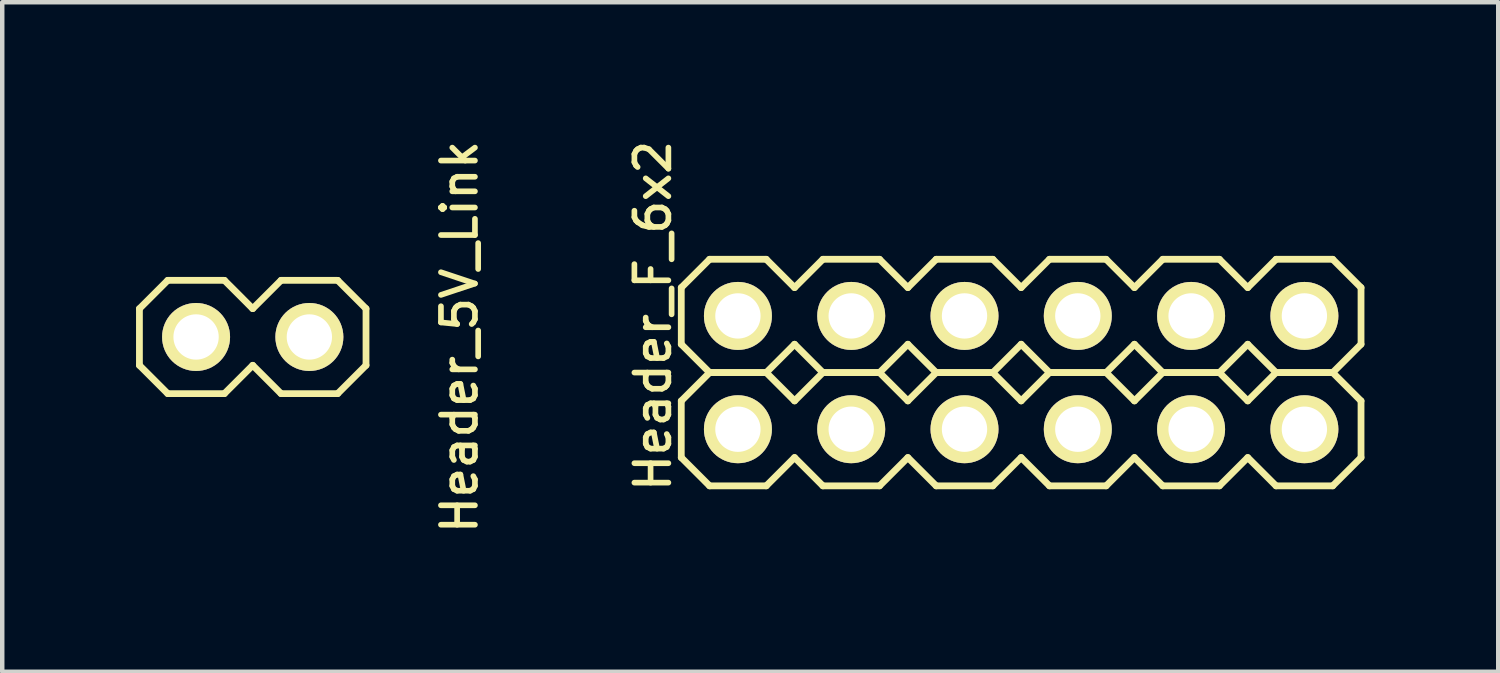
<source format=kicad_pcb>
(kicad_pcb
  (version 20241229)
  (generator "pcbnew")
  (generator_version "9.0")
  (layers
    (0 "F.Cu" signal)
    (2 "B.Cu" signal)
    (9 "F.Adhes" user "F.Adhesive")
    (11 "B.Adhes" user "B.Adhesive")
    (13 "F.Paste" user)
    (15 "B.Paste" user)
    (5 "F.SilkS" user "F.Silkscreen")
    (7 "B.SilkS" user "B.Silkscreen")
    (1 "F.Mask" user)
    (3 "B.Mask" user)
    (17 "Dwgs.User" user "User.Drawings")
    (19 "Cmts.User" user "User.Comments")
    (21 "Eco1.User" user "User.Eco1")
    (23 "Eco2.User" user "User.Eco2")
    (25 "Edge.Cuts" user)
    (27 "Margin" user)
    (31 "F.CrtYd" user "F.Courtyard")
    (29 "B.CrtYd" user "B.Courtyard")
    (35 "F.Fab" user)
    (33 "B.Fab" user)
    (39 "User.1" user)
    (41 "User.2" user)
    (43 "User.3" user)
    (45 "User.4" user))
  (footprint "Header_5V_Link"
    (layer "F.Cu")
    (at 2.616 4.505)
    (property "Reference" "Header_5V_Link" (at 4.636 0 90) (layer "F.SilkS") (effects (font (size 0.762 0.762) (thickness 0.127))))
    (attr smd)
    (fp_line (start -2.54 -0.635) (end -2.54 0.635) (stroke (width 0.152) (type solid)) (layer "F.SilkS"))
    (fp_line (start -2.54 -0.635) (end -1.905 -1.27) (stroke (width 0.152) (type solid)) (layer "F.SilkS"))
    (fp_line (start -1.905 -1.27) (end -0.635 -1.27) (stroke (width 0.152) (type solid)) (layer "F.SilkS"))
    (fp_line (start -1.905 1.27) (end -2.54 0.635) (stroke (width 0.152) (type solid)) (layer "F.SilkS"))
    (fp_line (start -0.635 -1.27) (end 0 -0.635) (stroke (width 0.152) (type solid)) (layer "F.SilkS"))
    (fp_line (start -0.635 1.27) (end -1.905 1.27) (stroke (width 0.152) (type solid)) (layer "F.SilkS"))
    (fp_line (start 0 -0.635) (end 0.635 -1.27) (stroke (width 0.152) (type solid)) (layer "F.SilkS"))
    (fp_line (start 0 0.635) (end -0.635 1.27) (stroke (width 0.152) (type solid)) (layer "F.SilkS"))
    (fp_line (start 0.635 -1.27) (end 1.905 -1.27) (stroke (width 0.152) (type solid)) (layer "F.SilkS"))
    (fp_line (start 0.635 1.27) (end 0 0.635) (stroke (width 0.152) (type solid)) (layer "F.SilkS"))
    (fp_line (start 1.905 -1.27) (end 2.54 -0.635) (stroke (width 0.152) (type solid)) (layer "F.SilkS"))
    (fp_line (start 1.905 1.27) (end 0.635 1.27) (stroke (width 0.152) (type solid)) (layer "F.SilkS"))
    (fp_line (start 2.54 -0.635) (end 2.54 0.635) (stroke (width 0.152) (type solid)) (layer "F.SilkS"))
    (fp_line (start 2.54 0.635) (end 1.905 1.27) (stroke (width 0.152) (type solid)) (layer "F.SilkS"))
    (pad "1" thru_hole circle (at -1.27 0) (size 1.524 1.524) (drill 1.016) (layers "*.Cu" "*.Mask" "F.SilkS"))
    (pad "2" thru_hole circle (at 1.27 0) (size 1.524 1.524) (drill 1.016) (layers "*.Cu" "*.Mask" "F.SilkS")))
  (footprint "Header_F_6x2"
    (layer "F.Cu")
    (at 19.844 4.033)
    (property "Reference" "Header_F_6x2" (at -8.255 0 90) (layer "F.SilkS") (effects (font (size 0.762 0.762) (thickness 0.127))))
    (attr smd)
    (fp_line (start -7.62 -0.635) (end -7.62 0.635) (stroke (width 0.152) (type solid)) (layer "F.SilkS"))
    (fp_line (start -7.62 0.635) (end -6.985 1.27) (stroke (width 0.152) (type solid)) (layer "F.SilkS"))
    (fp_line (start -7.62 1.905) (end -7.62 3.175) (stroke (width 0.152) (type solid)) (layer "F.SilkS"))
    (fp_line (start -7.62 3.175) (end -6.985 3.81) (stroke (width 0.152) (type solid)) (layer "F.SilkS"))
    (fp_line (start -6.985 -1.27) (end -7.62 -0.635) (stroke (width 0.152) (type solid)) (layer "F.SilkS"))
    (fp_line (start -6.985 1.27) (end -7.62 1.905) (stroke (width 0.152) (type solid)) (layer "F.SilkS"))
    (fp_line (start -6.985 1.27) (end -5.715 1.27) (stroke (width 0.152) (type solid)) (layer "F.SilkS"))
    (fp_line (start -6.985 3.81) (end -5.715 3.81) (stroke (width 0.152) (type solid)) (layer "F.SilkS"))
    (fp_line (start -5.715 -1.27) (end -6.985 -1.27) (stroke (width 0.152) (type solid)) (layer "F.SilkS"))
    (fp_line (start -5.715 1.27) (end -6.985 1.27) (stroke (width 0.152) (type solid)) (layer "F.SilkS"))
    (fp_line (start -5.715 1.27) (end -5.08 0.635) (stroke (width 0.152) (type solid)) (layer "F.SilkS"))
    (fp_line (start -5.715 3.81) (end -5.08 3.175) (stroke (width 0.152) (type solid)) (layer "F.SilkS"))
    (fp_line (start -5.08 -0.635) (end -5.715 -1.27) (stroke (width 0.152) (type solid)) (layer "F.SilkS"))
    (fp_line (start -5.08 0.635) (end -4.445 1.27) (stroke (width 0.152) (type solid)) (layer "F.SilkS"))
    (fp_line (start -5.08 1.905) (end -5.715 1.27) (stroke (width 0.152) (type solid)) (layer "F.SilkS"))
    (fp_line (start -5.08 3.175) (end -4.445 3.81) (stroke (width 0.152) (type solid)) (layer "F.SilkS"))
    (fp_line (start -4.445 -1.27) (end -5.08 -0.635) (stroke (width 0.152) (type solid)) (layer "F.SilkS"))
    (fp_line (start -4.445 1.27) (end -5.08 1.905) (stroke (width 0.152) (type solid)) (layer "F.SilkS"))
    (fp_line (start -4.445 1.27) (end -3.175 1.27) (stroke (width 0.152) (type solid)) (layer "F.SilkS"))
    (fp_line (start -4.445 3.81) (end -3.175 3.81) (stroke (width 0.152) (type solid)) (layer "F.SilkS"))
    (fp_line (start -3.175 -1.27) (end -4.445 -1.27) (stroke (width 0.152) (type solid)) (layer "F.SilkS"))
    (fp_line (start -3.175 1.27) (end -4.445 1.27) (stroke (width 0.152) (type solid)) (layer "F.SilkS"))
    (fp_line (start -3.175 1.27) (end -2.54 0.635) (stroke (width 0.152) (type solid)) (layer "F.SilkS"))
    (fp_line (start -3.175 3.81) (end -2.54 3.175) (stroke (width 0.152) (type solid)) (layer "F.SilkS"))
    (fp_line (start -2.54 -0.635) (end -3.175 -1.27) (stroke (width 0.152) (type solid)) (layer "F.SilkS"))
    (fp_line (start -2.54 0.635) (end -1.905 1.27) (stroke (width 0.152) (type solid)) (layer "F.SilkS"))
    (fp_line (start -2.54 1.905) (end -3.175 1.27) (stroke (width 0.152) (type solid)) (layer "F.SilkS"))
    (fp_line (start -2.54 3.175) (end -1.905 3.81) (stroke (width 0.152) (type solid)) (layer "F.SilkS"))
    (fp_line (start -1.905 -1.27) (end -2.54 -0.635) (stroke (width 0.152) (type solid)) (layer "F.SilkS"))
    (fp_line (start -1.905 1.27) (end -2.54 1.905) (stroke (width 0.152) (type solid)) (layer "F.SilkS"))
    (fp_line (start -1.905 1.27) (end -0.635 1.27) (stroke (width 0.152) (type solid)) (layer "F.SilkS"))
    (fp_line (start -1.905 3.81) (end -0.635 3.81) (stroke (width 0.152) (type solid)) (layer "F.SilkS"))
    (fp_line (start -0.635 -1.27) (end -1.905 -1.27) (stroke (width 0.152) (type solid)) (layer "F.SilkS"))
    (fp_line (start -0.635 1.27) (end -1.905 1.27) (stroke (width 0.152) (type solid)) (layer "F.SilkS"))
    (fp_line (start -0.635 1.27) (end 0 0.635) (stroke (width 0.152) (type solid)) (layer "F.SilkS"))
    (fp_line (start -0.635 3.81) (end 0 3.175) (stroke (width 0.152) (type solid)) (layer "F.SilkS"))
    (fp_line (start 0 -0.635) (end -0.635 -1.27) (stroke (width 0.152) (type solid)) (layer "F.SilkS"))
    (fp_line (start 0 0.635) (end 0.635 1.27) (stroke (width 0.152) (type solid)) (layer "F.SilkS"))
    (fp_line (start 0 1.905) (end -0.635 1.27) (stroke (width 0.152) (type solid)) (layer "F.SilkS"))
    (fp_line (start 0 3.175) (end 0.635 3.81) (stroke (width 0.152) (type solid)) (layer "F.SilkS"))
    (fp_line (start 0.635 -1.27) (end 0 -0.635) (stroke (width 0.152) (type solid)) (layer "F.SilkS"))
    (fp_line (start 0.635 1.27) (end 0 1.905) (stroke (width 0.152) (type solid)) (layer "F.SilkS"))
    (fp_line (start 0.635 1.27) (end 1.905 1.27) (stroke (width 0.152) (type solid)) (layer "F.SilkS"))
    (fp_line (start 0.635 3.81) (end 1.905 3.81) (stroke (width 0.152) (type solid)) (layer "F.SilkS"))
    (fp_line (start 1.905 -1.27) (end 0.635 -1.27) (stroke (width 0.152) (type solid)) (layer "F.SilkS"))
    (fp_line (start 1.905 1.27) (end 0.635 1.27) (stroke (width 0.152) (type solid)) (layer "F.SilkS"))
    (fp_line (start 1.905 1.27) (end 2.54 0.635) (stroke (width 0.152) (type solid)) (layer "F.SilkS"))
    (fp_line (start 1.905 3.81) (end 2.54 3.175) (stroke (width 0.152) (type solid)) (layer "F.SilkS"))
    (fp_line (start 2.54 -0.635) (end 1.905 -1.27) (stroke (width 0.152) (type solid)) (layer "F.SilkS"))
    (fp_line (start 2.54 0.635) (end 3.175 1.27) (stroke (width 0.152) (type solid)) (layer "F.SilkS"))
    (fp_line (start 2.54 1.905) (end 1.905 1.27) (stroke (width 0.152) (type solid)) (layer "F.SilkS"))
    (fp_line (start 2.54 3.175) (end 3.175 3.81) (stroke (width 0.152) (type solid)) (layer "F.SilkS"))
    (fp_line (start 3.175 -1.27) (end 2.54 -0.635) (stroke (width 0.152) (type solid)) (layer "F.SilkS"))
    (fp_line (start 3.175 1.27) (end 2.54 1.905) (stroke (width 0.152) (type solid)) (layer "F.SilkS"))
    (fp_line (start 3.175 1.27) (end 4.445 1.27) (stroke (width 0.152) (type solid)) (layer "F.SilkS"))
    (fp_line (start 3.175 3.81) (end 4.445 3.81) (stroke (width 0.152) (type solid)) (layer "F.SilkS"))
    (fp_line (start 4.445 -1.27) (end 3.175 -1.27) (stroke (width 0.152) (type solid)) (layer "F.SilkS"))
    (fp_line (start 4.445 1.27) (end 3.175 1.27) (stroke (width 0.152) (type solid)) (layer "F.SilkS"))
    (fp_line (start 4.445 1.27) (end 5.08 0.635) (stroke (width 0.152) (type solid)) (layer "F.SilkS"))
    (fp_line (start 4.445 3.81) (end 5.08 3.175) (stroke (width 0.152) (type solid)) (layer "F.SilkS"))
    (fp_line (start 5.08 -0.635) (end 4.445 -1.27) (stroke (width 0.152) (type solid)) (layer "F.SilkS"))
    (fp_line (start 5.08 0.635) (end 5.715 1.27) (stroke (width 0.152) (type solid)) (layer "F.SilkS"))
    (fp_line (start 5.08 1.905) (end 4.445 1.27) (stroke (width 0.152) (type solid)) (layer "F.SilkS"))
    (fp_line (start 5.08 3.175) (end 5.715 3.81) (stroke (width 0.152) (type solid)) (layer "F.SilkS"))
    (fp_line (start 5.715 -1.27) (end 5.08 -0.635) (stroke (width 0.152) (type solid)) (layer "F.SilkS"))
    (fp_line (start 5.715 1.27) (end 5.08 1.905) (stroke (width 0.152) (type solid)) (layer "F.SilkS"))
    (fp_line (start 5.715 1.27) (end 6.985 1.27) (stroke (width 0.152) (type solid)) (layer "F.SilkS"))
    (fp_line (start 5.715 3.81) (end 6.985 3.81) (stroke (width 0.152) (type solid)) (layer "F.SilkS"))
    (fp_line (start 6.985 -1.27) (end 5.715 -1.27) (stroke (width 0.152) (type solid)) (layer "F.SilkS"))
    (fp_line (start 6.985 1.27) (end 5.715 1.27) (stroke (width 0.152) (type solid)) (layer "F.SilkS"))
    (fp_line (start 6.985 1.27) (end 7.62 0.635) (stroke (width 0.152) (type solid)) (layer "F.SilkS"))
    (fp_line (start 6.985 3.81) (end 7.62 3.175) (stroke (width 0.152) (type solid)) (layer "F.SilkS"))
    (fp_line (start 7.62 -0.635) (end 6.985 -1.27) (stroke (width 0.152) (type solid)) (layer "F.SilkS"))
    (fp_line (start 7.62 0.635) (end 7.62 -0.635) (stroke (width 0.152) (type solid)) (layer "F.SilkS"))
    (fp_line (start 7.62 1.905) (end 6.985 1.27) (stroke (width 0.152) (type solid)) (layer "F.SilkS"))
    (fp_line (start 7.62 3.175) (end 7.62 1.905) (stroke (width 0.152) (type solid)) (layer "F.SilkS"))
    (pad "1" thru_hole circle (at -6.35 0) (size 1.524 1.524) (drill 1.016) (layers "*.Cu" "*.Mask" "F.SilkS"))
    (pad "2" thru_hole circle (at -6.35 2.54) (size 1.524 1.524) (drill 1.016) (layers "*.Cu" "*.Mask" "F.SilkS"))
    (pad "3" thru_hole circle (at -3.81 0) (size 1.524 1.524) (drill 1.016) (layers "*.Cu" "*.Mask" "F.SilkS"))
    (pad "4" thru_hole circle (at -3.81 2.54) (size 1.524 1.524) (drill 1.016) (layers "*.Cu" "*.Mask" "F.SilkS"))
    (pad "5" thru_hole circle (at -1.27 0) (size 1.524 1.524) (drill 1.016) (layers "*.Cu" "*.Mask" "F.SilkS"))
    (pad "6" thru_hole circle (at -1.27 2.54) (size 1.524 1.524) (drill 1.016) (layers "*.Cu" "*.Mask" "F.SilkS"))
    (pad "7" thru_hole circle (at 1.27 0) (size 1.524 1.524) (drill 1.016) (layers "*.Cu" "*.Mask" "F.SilkS"))
    (pad "8" thru_hole circle (at 1.27 2.54) (size 1.524 1.524) (drill 1.016) (layers "*.Cu" "*.Mask" "F.SilkS"))
    (pad "9" thru_hole circle (at 3.81 0) (size 1.524 1.524) (drill 1.016) (layers "*.Cu" "*.Mask" "F.SilkS"))
    (pad "10" thru_hole circle (at 3.81 2.54) (size 1.524 1.524) (drill 1.016) (layers "*.Cu" "*.Mask" "F.SilkS"))
    (pad "11" thru_hole circle (at 6.35 0) (size 1.524 1.524) (drill 1.016) (layers "*.Cu" "*.Mask" "F.SilkS"))
    (pad "12" thru_hole circle (at 6.35 2.54) (size 1.524 1.524) (drill 1.016) (layers "*.Cu" "*.Mask" "F.SilkS")))
  (gr_rect
    (start -3 -3)
    (end 30.54 12.01)
    (stroke (width 0.1) (type default))
    (fill no)
    (layer "Edge.Cuts")))
</source>
